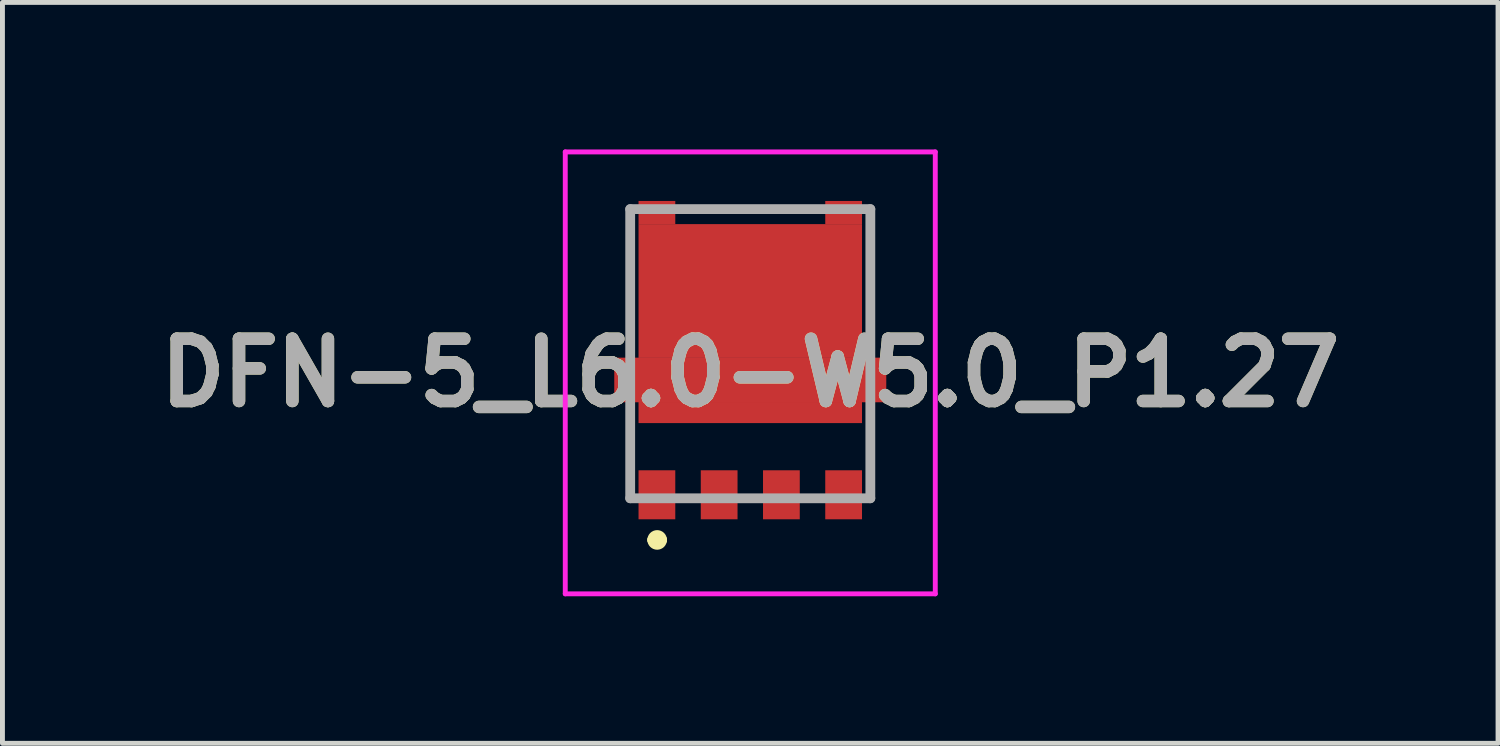
<source format=kicad_pcb>
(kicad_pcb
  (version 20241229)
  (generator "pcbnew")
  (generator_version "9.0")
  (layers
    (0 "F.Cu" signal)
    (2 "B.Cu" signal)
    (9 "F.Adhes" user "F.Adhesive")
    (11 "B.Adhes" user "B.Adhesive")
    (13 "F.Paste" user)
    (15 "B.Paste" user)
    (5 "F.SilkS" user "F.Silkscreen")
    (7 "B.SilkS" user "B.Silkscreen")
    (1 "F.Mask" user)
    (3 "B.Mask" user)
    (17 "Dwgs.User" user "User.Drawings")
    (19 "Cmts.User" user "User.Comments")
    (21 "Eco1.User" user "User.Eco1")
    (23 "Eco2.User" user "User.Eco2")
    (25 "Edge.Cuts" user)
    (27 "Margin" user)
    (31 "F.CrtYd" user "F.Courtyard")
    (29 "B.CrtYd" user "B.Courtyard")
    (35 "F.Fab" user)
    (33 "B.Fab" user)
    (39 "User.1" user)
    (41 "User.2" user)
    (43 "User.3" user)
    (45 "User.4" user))
  (footprint "DFN-5_L6.0-W5.0_P1.27"
    (layer "F.Cu")
    (at 10.354 7.067)
    (property "Reference" "DFN-5_L6.0-W5.0_P1.27" (at 1.905 -2.509 0) (layer "F.SilkS") (effects (font (size 1.27 1.27) (thickness 0.254))))
    (attr smd)
    (fp_line (start -0.545 -5.4) (end -0.545 -3.4) (stroke (width 0.1) (type solid)) (layer "F.SilkS"))
    (fp_line (start -0.545 -1.4) (end -0.545 -0.9) (stroke (width 0.1) (type solid)) (layer "F.SilkS"))
    (fp_line (start -0.095 0.9) (end -0.095 0.9) (stroke (width 0.2) (type solid)) (layer "F.SilkS"))
    (fp_line (start 0.105 0.9) (end 0.105 0.9) (stroke (width 0.2) (type solid)) (layer "F.SilkS"))
    (fp_line (start 0.905 -5.85) (end 2.905 -5.85) (stroke (width 0.1) (type solid)) (layer "F.SilkS"))
    (fp_line (start 4.355 -5.4) (end 4.355 -3.4) (stroke (width 0.1) (type solid)) (layer "F.SilkS"))
    (fp_line (start 4.355 -1.4) (end 4.355 -0.9) (stroke (width 0.1) (type solid)) (layer "F.SilkS"))
    (fp_arc (start -0.095 0.9) (mid 0.005 0.8) (end 0.105 0.9) (stroke (width 0.2) (type solid)) (layer "F.SilkS"))
    (fp_arc (start 0.105 0.9) (mid 0.005 1) (end -0.095 0.9) (stroke (width 0.2) (type solid)) (layer "F.SilkS"))
    (fp_line (start -1.87 -7.017) (end 5.68 -7.017) (stroke (width 0.1) (type solid)) (layer "F.CrtYd"))
    (fp_line (start -1.87 2) (end -1.87 -7.017) (stroke (width 0.1) (type solid)) (layer "F.CrtYd"))
    (fp_line (start 5.68 -7.017) (end 5.68 2) (stroke (width 0.1) (type solid)) (layer "F.CrtYd"))
    (fp_line (start 5.68 2) (end -1.87 2) (stroke (width 0.1) (type solid)) (layer "F.CrtYd"))
    (fp_line (start -0.545 -5.85) (end 4.355 -5.85) (stroke (width 0.2) (type solid)) (layer "F.Fab"))
    (fp_line (start -0.545 0.05) (end -0.545 -5.85) (stroke (width 0.2) (type solid)) (layer "F.Fab"))
    (fp_line (start 4.355 -5.85) (end 4.355 0.05) (stroke (width 0.2) (type solid)) (layer "F.Fab"))
    (fp_line (start 4.355 0.05) (end -0.545 0.05) (stroke (width 0.2) (type solid)) (layer "F.Fab"))
    (fp_text user "${REFERENCE}" (at 1.905 -2.509 0) (layer "F.Fab") (effects (font (size 1.27 1.27) (thickness 0.254))))
    (pad "1" smd rect (at 0 -0.021) (size 0.75 1) (layers "F.Cu" "F.Mask" "F.Paste"))
    (pad "2" smd rect (at 1.27 -0.021) (size 0.75 1) (layers "F.Cu" "F.Mask" "F.Paste"))
    (pad "3" smd rect (at 2.54 -0.021) (size 0.75 1) (layers "F.Cu" "F.Mask" "F.Paste"))
    (pad "4" smd rect (at 3.81 -0.021) (size 0.75 1) (layers "F.Cu" "F.Mask" "F.Paste"))
    (pad "5" smd rect (at 3.81 -5.779 90) (size 0.475 0.75) (layers "F.Cu" "F.Mask" "F.Paste"))
    (pad "6" smd rect (at 0 -5.779 90) (size 0.475 0.75) (layers "F.Cu" "F.Mask" "F.Paste"))
    (pad "7" smd rect (at 1.905 -4.179 90) (size 2.73 4.56) (layers "F.Cu" "F.Mask" "F.Paste"))
    (pad "8" smd rect (at 1.905 -2.364 90) (size 0.91 5.55) (layers "F.Cu" "F.Mask" "F.Paste"))
    (pad "9" smd rect (at 1.905 -1.699 90) (size 0.43 4.56) (layers "F.Cu" "F.Mask" "F.Paste")))
  (gr_rect
    (start -3 -3)
    (end 27.517 12.117)
    (stroke (width 0.1) (type default))
    (fill no)
    (layer "Edge.Cuts")))
</source>
